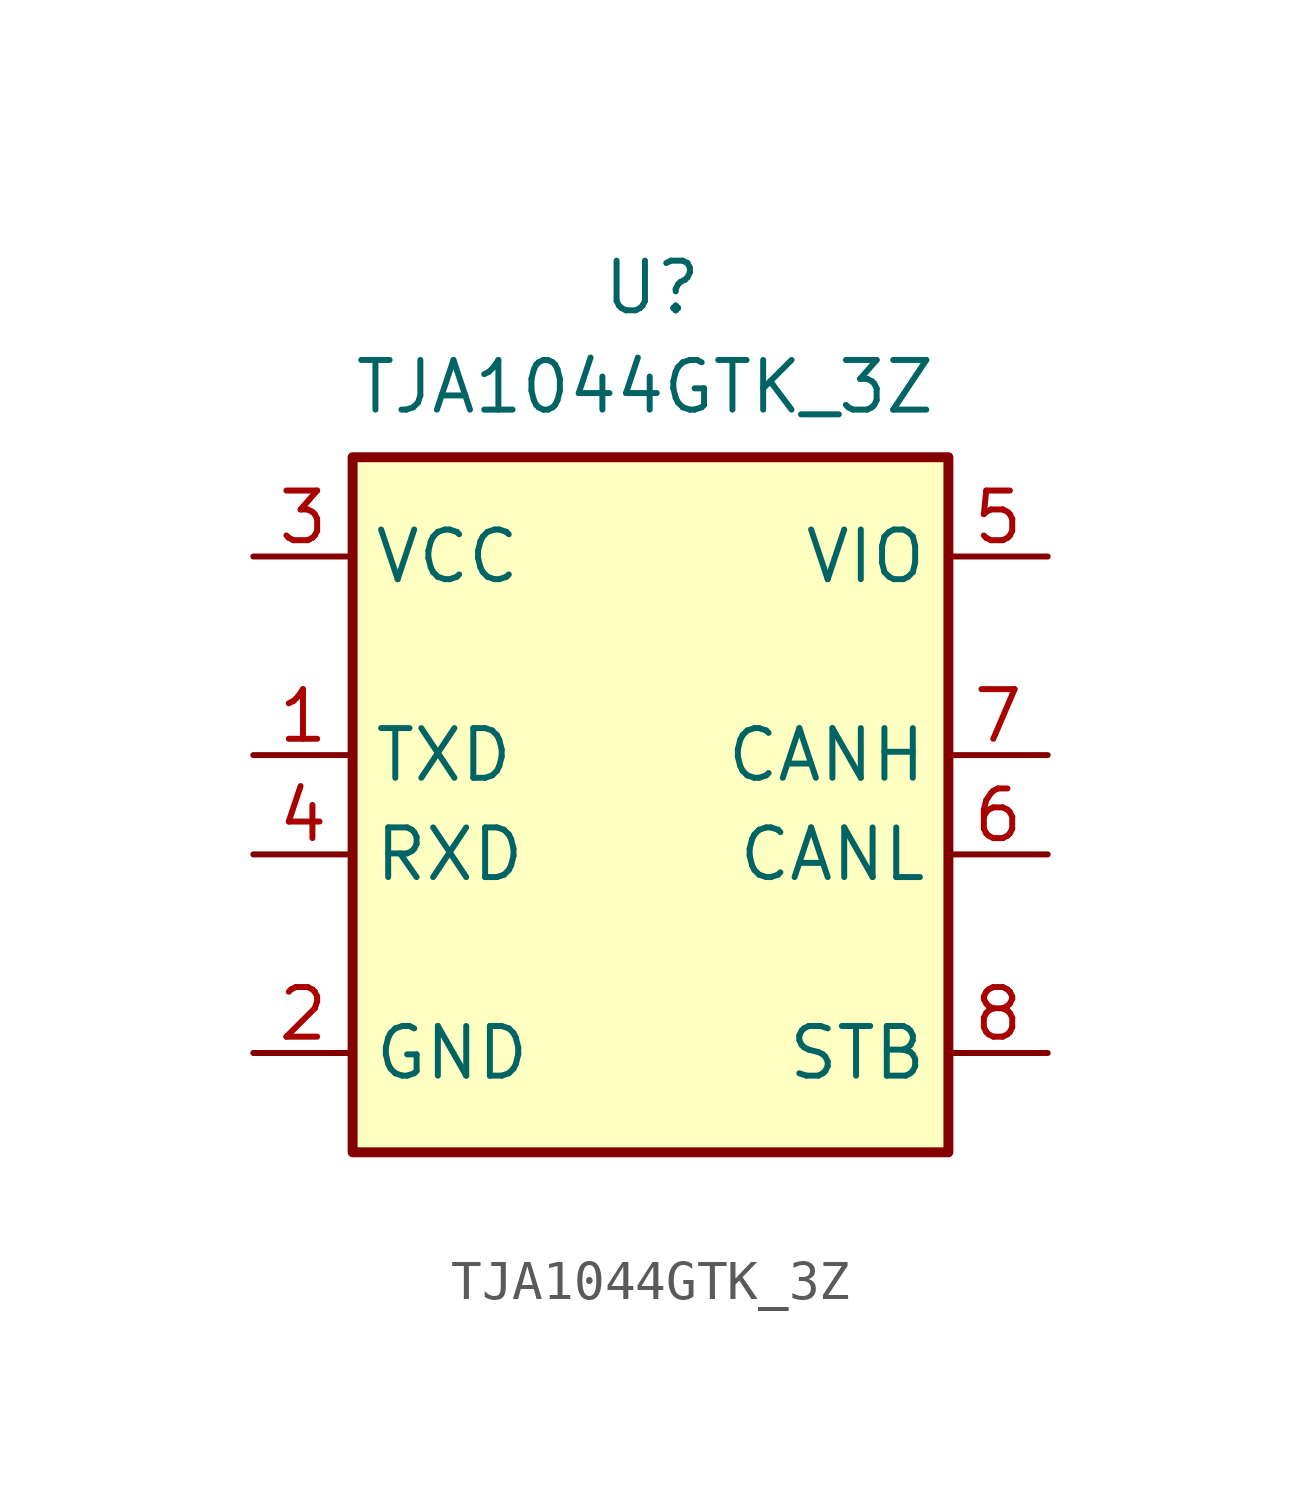
<source format=kicad_sym>
(kicad_symbol_lib
  (version 20231120)
  (generator "kicad_symbol_editor")
  (generator_version "8.0")
  (symbol "TJA1044GTK_3Z"
    (property "Reference" "U"
      (at 11.43 7.62 0)
      (effects (font (size 1.27 1.27)) (justify left top)))
    (property "Value" "TJA1044GTK_3Z"
      (at 5.08 5.08 0)
      (effects (font (size 1.27 1.27)) (justify left top)))
    (symbol "TJA1044GTK_3Z_1_1"
      (rectangle (start 5.08 2.54) (end 20.32 -15.24) (stroke (width 0.254) (type default)) (fill (type background)))
      (pin passive line (at 2.54 -5.08 0) (length 2.54) (name "TXD" (effects (font (size 1.27 1.27)))) (number "1" (effects (font (size 1.27 1.27)))))
      (pin passive line (at 2.54 -12.7 0) (length 2.54) (name "GND" (effects (font (size 1.27 1.27)))) (number "2" (effects (font (size 1.27 1.27)))))
      (pin power_in line (at 2.54 0 0) (length 2.54) (name "VCC" (effects (font (size 1.27 1.27)))) (number "3" (effects (font (size 1.27 1.27)))))
      (pin passive line (at 2.54 -7.62 0) (length 2.54) (name "RXD" (effects (font (size 1.27 1.27)))) (number "4" (effects (font (size 1.27 1.27)))))
      (pin power_in line (at 22.86 0 180) (length 2.54) (name "VIO" (effects (font (size 1.27 1.27)))) (number "5" (effects (font (size 1.27 1.27)))))
      (pin passive line (at 22.86 -7.62 180) (length 2.54) (name "CANL" (effects (font (size 1.27 1.27)))) (number "6" (effects (font (size 1.27 1.27)))))
      (pin passive line (at 22.86 -5.08 180) (length 2.54) (name "CANH" (effects (font (size 1.27 1.27)))) (number "7" (effects (font (size 1.27 1.27)))))
      (pin passive line (at 22.86 -12.7 180) (length 2.54) (name "STB" (effects (font (size 1.27 1.27)))) (number "8" (effects (font (size 1.27 1.27)))))
      (pin passive line (at 2.54 -12.7 0) (length 2.54) hide (name "EP" (effects (font (size 1.27 1.27)))) (number "9" (effects (font (size 1.27 1.27))))))))
</source>
